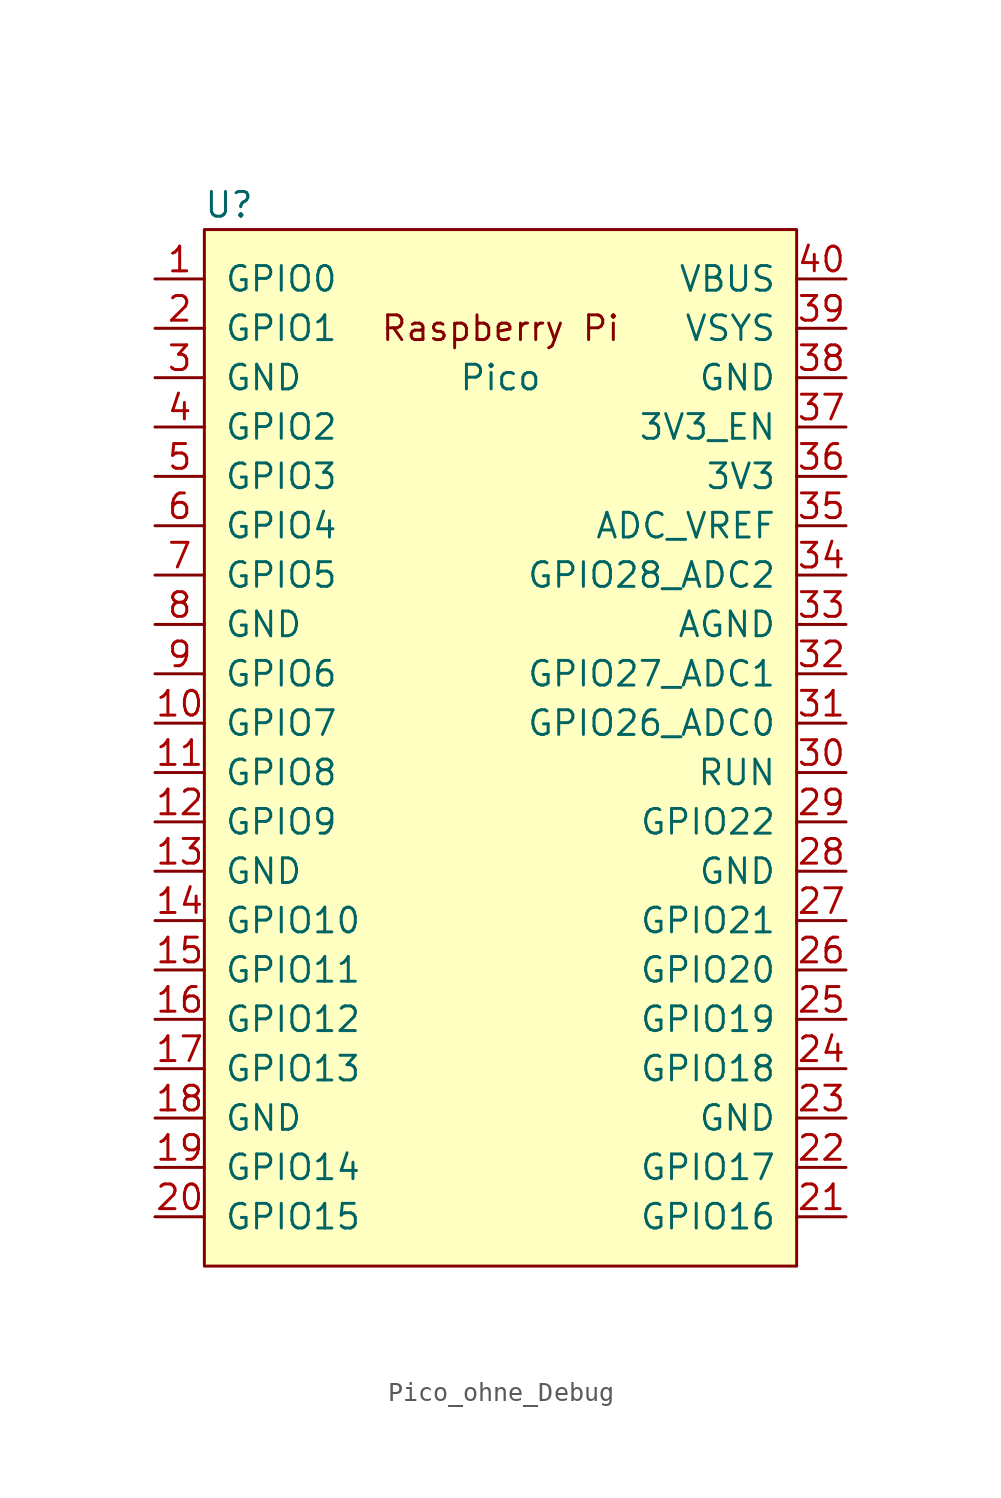
<source format=kicad_sym>
(kicad_symbol_lib
  (version 20220914)
  (generator kicad_symbol_editor)
  (symbol "Pico_ohne_Debug"
    (pin_names
      (offset 1.016))
    (property "Reference" "U"
      (at -13.97 27.94 0)
      (effects (font (size 1.27 1.27))))
    (property "Value" "Pico"
      (at 0 19.05 0)
      (effects (font (size 1.27 1.27))))
    (symbol "Pico_ohne_Debug_0_0"
      (text "Raspberry Pi" (at 0 21.59 0) (effects (font (size 1.27 1.27)))))
    (symbol "Pico_ohne_Debug_0_1"
      (rectangle (start -15.24 26.67) (end 15.24 -26.67) (stroke (width 0) (type default)) (fill (type background))))
    (symbol "Pico_ohne_Debug_1_1"
      (pin bidirectional line (at -17.78 24.13 0) (length 2.54) (name "GPIO0" (effects (font (size 1.27 1.27)))) (number "1" (effects (font (size 1.27 1.27)))))
      (pin bidirectional line (at -17.78 1.27 0) (length 2.54) (name "GPIO7" (effects (font (size 1.27 1.27)))) (number "10" (effects (font (size 1.27 1.27)))))
      (pin bidirectional line (at -17.78 -1.27 0) (length 2.54) (name "GPIO8" (effects (font (size 1.27 1.27)))) (number "11" (effects (font (size 1.27 1.27)))))
      (pin bidirectional line (at -17.78 -3.81 0) (length 2.54) (name "GPIO9" (effects (font (size 1.27 1.27)))) (number "12" (effects (font (size 1.27 1.27)))))
      (pin power_in line (at -17.78 -6.35 0) (length 2.54) (name "GND" (effects (font (size 1.27 1.27)))) (number "13" (effects (font (size 1.27 1.27)))))
      (pin bidirectional line (at -17.78 -8.89 0) (length 2.54) (name "GPIO10" (effects (font (size 1.27 1.27)))) (number "14" (effects (font (size 1.27 1.27)))))
      (pin bidirectional line (at -17.78 -11.43 0) (length 2.54) (name "GPIO11" (effects (font (size 1.27 1.27)))) (number "15" (effects (font (size 1.27 1.27)))))
      (pin bidirectional line (at -17.78 -13.97 0) (length 2.54) (name "GPIO12" (effects (font (size 1.27 1.27)))) (number "16" (effects (font (size 1.27 1.27)))))
      (pin bidirectional line (at -17.78 -16.51 0) (length 2.54) (name "GPIO13" (effects (font (size 1.27 1.27)))) (number "17" (effects (font (size 1.27 1.27)))))
      (pin power_in line (at -17.78 -19.05 0) (length 2.54) (name "GND" (effects (font (size 1.27 1.27)))) (number "18" (effects (font (size 1.27 1.27)))))
      (pin bidirectional line (at -17.78 -21.59 0) (length 2.54) (name "GPIO14" (effects (font (size 1.27 1.27)))) (number "19" (effects (font (size 1.27 1.27)))))
      (pin bidirectional line (at -17.78 21.59 0) (length 2.54) (name "GPIO1" (effects (font (size 1.27 1.27)))) (number "2" (effects (font (size 1.27 1.27)))))
      (pin bidirectional line (at -17.78 -24.13 0) (length 2.54) (name "GPIO15" (effects (font (size 1.27 1.27)))) (number "20" (effects (font (size 1.27 1.27)))))
      (pin bidirectional line (at 17.78 -24.13 180) (length 2.54) (name "GPIO16" (effects (font (size 1.27 1.27)))) (number "21" (effects (font (size 1.27 1.27)))))
      (pin bidirectional line (at 17.78 -21.59 180) (length 2.54) (name "GPIO17" (effects (font (size 1.27 1.27)))) (number "22" (effects (font (size 1.27 1.27)))))
      (pin power_in line (at 17.78 -19.05 180) (length 2.54) (name "GND" (effects (font (size 1.27 1.27)))) (number "23" (effects (font (size 1.27 1.27)))))
      (pin bidirectional line (at 17.78 -16.51 180) (length 2.54) (name "GPIO18" (effects (font (size 1.27 1.27)))) (number "24" (effects (font (size 1.27 1.27)))))
      (pin bidirectional line (at 17.78 -13.97 180) (length 2.54) (name "GPIO19" (effects (font (size 1.27 1.27)))) (number "25" (effects (font (size 1.27 1.27)))))
      (pin bidirectional line (at 17.78 -11.43 180) (length 2.54) (name "GPIO20" (effects (font (size 1.27 1.27)))) (number "26" (effects (font (size 1.27 1.27)))))
      (pin bidirectional line (at 17.78 -8.89 180) (length 2.54) (name "GPIO21" (effects (font (size 1.27 1.27)))) (number "27" (effects (font (size 1.27 1.27)))))
      (pin power_in line (at 17.78 -6.35 180) (length 2.54) (name "GND" (effects (font (size 1.27 1.27)))) (number "28" (effects (font (size 1.27 1.27)))))
      (pin bidirectional line (at 17.78 -3.81 180) (length 2.54) (name "GPIO22" (effects (font (size 1.27 1.27)))) (number "29" (effects (font (size 1.27 1.27)))))
      (pin power_in line (at -17.78 19.05 0) (length 2.54) (name "GND" (effects (font (size 1.27 1.27)))) (number "3" (effects (font (size 1.27 1.27)))))
      (pin input line (at 17.78 -1.27 180) (length 2.54) (name "RUN" (effects (font (size 1.27 1.27)))) (number "30" (effects (font (size 1.27 1.27)))))
      (pin bidirectional line (at 17.78 1.27 180) (length 2.54) (name "GPIO26_ADC0" (effects (font (size 1.27 1.27)))) (number "31" (effects (font (size 1.27 1.27)))))
      (pin bidirectional line (at 17.78 3.81 180) (length 2.54) (name "GPIO27_ADC1" (effects (font (size 1.27 1.27)))) (number "32" (effects (font (size 1.27 1.27)))))
      (pin power_in line (at 17.78 6.35 180) (length 2.54) (name "AGND" (effects (font (size 1.27 1.27)))) (number "33" (effects (font (size 1.27 1.27)))))
      (pin bidirectional line (at 17.78 8.89 180) (length 2.54) (name "GPIO28_ADC2" (effects (font (size 1.27 1.27)))) (number "34" (effects (font (size 1.27 1.27)))))
      (pin unspecified line (at 17.78 11.43 180) (length 2.54) (name "ADC_VREF" (effects (font (size 1.27 1.27)))) (number "35" (effects (font (size 1.27 1.27)))))
      (pin unspecified line (at 17.78 13.97 180) (length 2.54) (name "3V3" (effects (font (size 1.27 1.27)))) (number "36" (effects (font (size 1.27 1.27)))))
      (pin input line (at 17.78 16.51 180) (length 2.54) (name "3V3_EN" (effects (font (size 1.27 1.27)))) (number "37" (effects (font (size 1.27 1.27)))))
      (pin bidirectional line (at 17.78 19.05 180) (length 2.54) (name "GND" (effects (font (size 1.27 1.27)))) (number "38" (effects (font (size 1.27 1.27)))))
      (pin unspecified line (at 17.78 21.59 180) (length 2.54) (name "VSYS" (effects (font (size 1.27 1.27)))) (number "39" (effects (font (size 1.27 1.27)))))
      (pin bidirectional line (at -17.78 16.51 0) (length 2.54) (name "GPIO2" (effects (font (size 1.27 1.27)))) (number "4" (effects (font (size 1.27 1.27)))))
      (pin unspecified line (at 17.78 24.13 180) (length 2.54) (name "VBUS" (effects (font (size 1.27 1.27)))) (number "40" (effects (font (size 1.27 1.27)))))
      (pin bidirectional line (at -17.78 13.97 0) (length 2.54) (name "GPIO3" (effects (font (size 1.27 1.27)))) (number "5" (effects (font (size 1.27 1.27)))))
      (pin bidirectional line (at -17.78 11.43 0) (length 2.54) (name "GPIO4" (effects (font (size 1.27 1.27)))) (number "6" (effects (font (size 1.27 1.27)))))
      (pin bidirectional line (at -17.78 8.89 0) (length 2.54) (name "GPIO5" (effects (font (size 1.27 1.27)))) (number "7" (effects (font (size 1.27 1.27)))))
      (pin power_in line (at -17.78 6.35 0) (length 2.54) (name "GND" (effects (font (size 1.27 1.27)))) (number "8" (effects (font (size 1.27 1.27)))))
      (pin bidirectional line (at -17.78 3.81 0) (length 2.54) (name "GPIO6" (effects (font (size 1.27 1.27)))) (number "9" (effects (font (size 1.27 1.27))))))))
</source>
